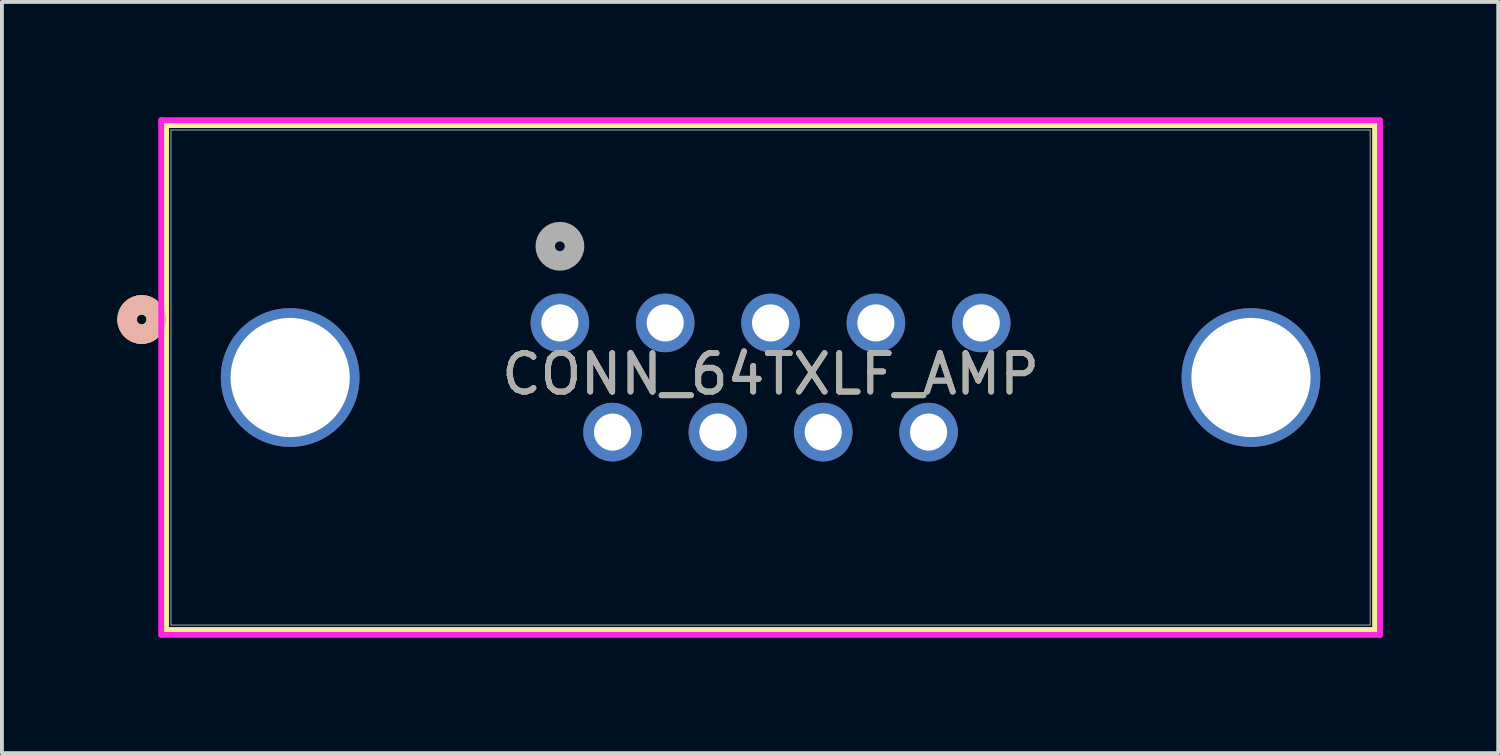
<source format=kicad_pcb>
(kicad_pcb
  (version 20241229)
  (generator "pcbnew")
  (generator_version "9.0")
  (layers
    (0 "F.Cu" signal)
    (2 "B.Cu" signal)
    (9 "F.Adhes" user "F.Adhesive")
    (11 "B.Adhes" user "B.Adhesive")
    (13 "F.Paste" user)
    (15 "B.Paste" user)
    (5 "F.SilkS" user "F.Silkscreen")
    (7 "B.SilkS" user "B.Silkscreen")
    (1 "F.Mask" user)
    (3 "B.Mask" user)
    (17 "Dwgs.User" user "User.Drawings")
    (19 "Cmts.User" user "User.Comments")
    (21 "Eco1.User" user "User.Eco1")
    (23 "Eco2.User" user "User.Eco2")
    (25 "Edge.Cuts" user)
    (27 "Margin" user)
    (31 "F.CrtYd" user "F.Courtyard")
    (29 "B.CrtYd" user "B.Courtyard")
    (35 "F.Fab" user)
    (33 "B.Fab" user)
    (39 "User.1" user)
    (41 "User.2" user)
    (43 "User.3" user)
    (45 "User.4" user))
  (footprint "CONN_64TXLF_AMP"
    (layer "F.Cu")
    (at 11.512 5.349)
    (property "Reference" "CONN_64TXLF_AMP" (at 5.48 1.331 0) (unlocked yes) (layer "F.SilkS") (effects (font (size 1 1) (thickness 0.15))))
    (attr through_hole)
    (fp_line (start -10.242 -5.146) (end -10.242 7.986) (stroke (width 0.152) (type solid)) (layer "F.SilkS"))
    (fp_line (start -10.242 7.986) (end 21.203 7.986) (stroke (width 0.152) (type solid)) (layer "F.SilkS"))
    (fp_line (start 21.203 -5.146) (end -10.242 -5.146) (stroke (width 0.152) (type solid)) (layer "F.SilkS"))
    (fp_line (start 21.203 7.986) (end 21.203 -5.146) (stroke (width 0.152) (type solid)) (layer "F.SilkS"))
    (fp_circle (center -10.877 -0.089) (end -10.496 -0.089) (stroke (width 0.508) (type solid)) (fill no) (layer "F.SilkS"))
    (fp_circle (center -10.877 -0.089) (end -10.496 -0.089) (stroke (width 0.508) (type solid)) (fill no) (layer "B.SilkS"))
    (fp_line (start -10.369 -5.273) (end -10.369 8.113) (stroke (width 0.152) (type solid)) (layer "F.CrtYd"))
    (fp_line (start -10.369 8.113) (end 21.33 8.113) (stroke (width 0.152) (type solid)) (layer "F.CrtYd"))
    (fp_line (start 21.33 -5.273) (end -10.369 -5.273) (stroke (width 0.152) (type solid)) (layer "F.CrtYd"))
    (fp_line (start 21.33 8.113) (end 21.33 -5.273) (stroke (width 0.152) (type solid)) (layer "F.CrtYd"))
    (fp_line (start -10.115 -5.019) (end -10.115 7.859) (stroke (width 0.025) (type solid)) (layer "F.Fab"))
    (fp_line (start -10.115 7.859) (end 21.076 7.859) (stroke (width 0.025) (type solid)) (layer "F.Fab"))
    (fp_line (start 21.076 -5.019) (end -10.115 -5.019) (stroke (width 0.025) (type solid)) (layer "F.Fab"))
    (fp_line (start 21.076 7.859) (end 21.076 -5.019) (stroke (width 0.025) (type solid)) (layer "F.Fab"))
    (fp_circle (center 0.000301 -1.994) (end 0.381 -1.994) (stroke (width 0.508) (type solid)) (fill no) (layer "F.Fab"))
    (fp_text user "${REFERENCE}" (at 5.48 1.331 0) (unlocked yes) (layer "F.Fab") (effects (font (size 1 1) (thickness 0.15))))
    (pad "1" thru_hole circle (at 0 0) (size 1.524 1.524) (drill 0.965) (layers "*.Cu" "*.Mask"))
    (pad "2" thru_hole circle (at 2.74 0) (size 1.524 1.524) (drill 0.965) (layers "*.Cu" "*.Mask"))
    (pad "3" thru_hole circle (at 5.48 0) (size 1.524 1.524) (drill 0.965) (layers "*.Cu" "*.Mask"))
    (pad "4" thru_hole circle (at 8.22 0) (size 1.524 1.524) (drill 0.965) (layers "*.Cu" "*.Mask"))
    (pad "5" thru_hole circle (at 10.96 0) (size 1.524 1.524) (drill 0.965) (layers "*.Cu" "*.Mask"))
    (pad "6" thru_hole circle (at 1.37 2.84) (size 1.524 1.524) (drill 0.965) (layers "*.Cu" "*.Mask"))
    (pad "7" thru_hole circle (at 4.11 2.84) (size 1.524 1.524) (drill 0.965) (layers "*.Cu" "*.Mask"))
    (pad "8" thru_hole circle (at 6.85 2.84) (size 1.524 1.524) (drill 0.965) (layers "*.Cu" "*.Mask"))
    (pad "9" thru_hole circle (at 9.59 2.84) (size 1.524 1.524) (drill 0.965) (layers "*.Cu" "*.Mask"))
    (pad "10" thru_hole circle (at -7.015 1.42) (size 3.607 3.607) (drill 3.099) (layers "*.Cu" "*.Mask"))
    (pad "11" thru_hole circle (at 17.975 1.42) (size 3.607 3.607) (drill 3.099) (layers "*.Cu" "*.Mask")))
  (gr_rect
    (start -3 -3)
    (end 35.918 16.538)
    (stroke (width 0.1) (type default))
    (fill no)
    (layer "Edge.Cuts")))
</source>
